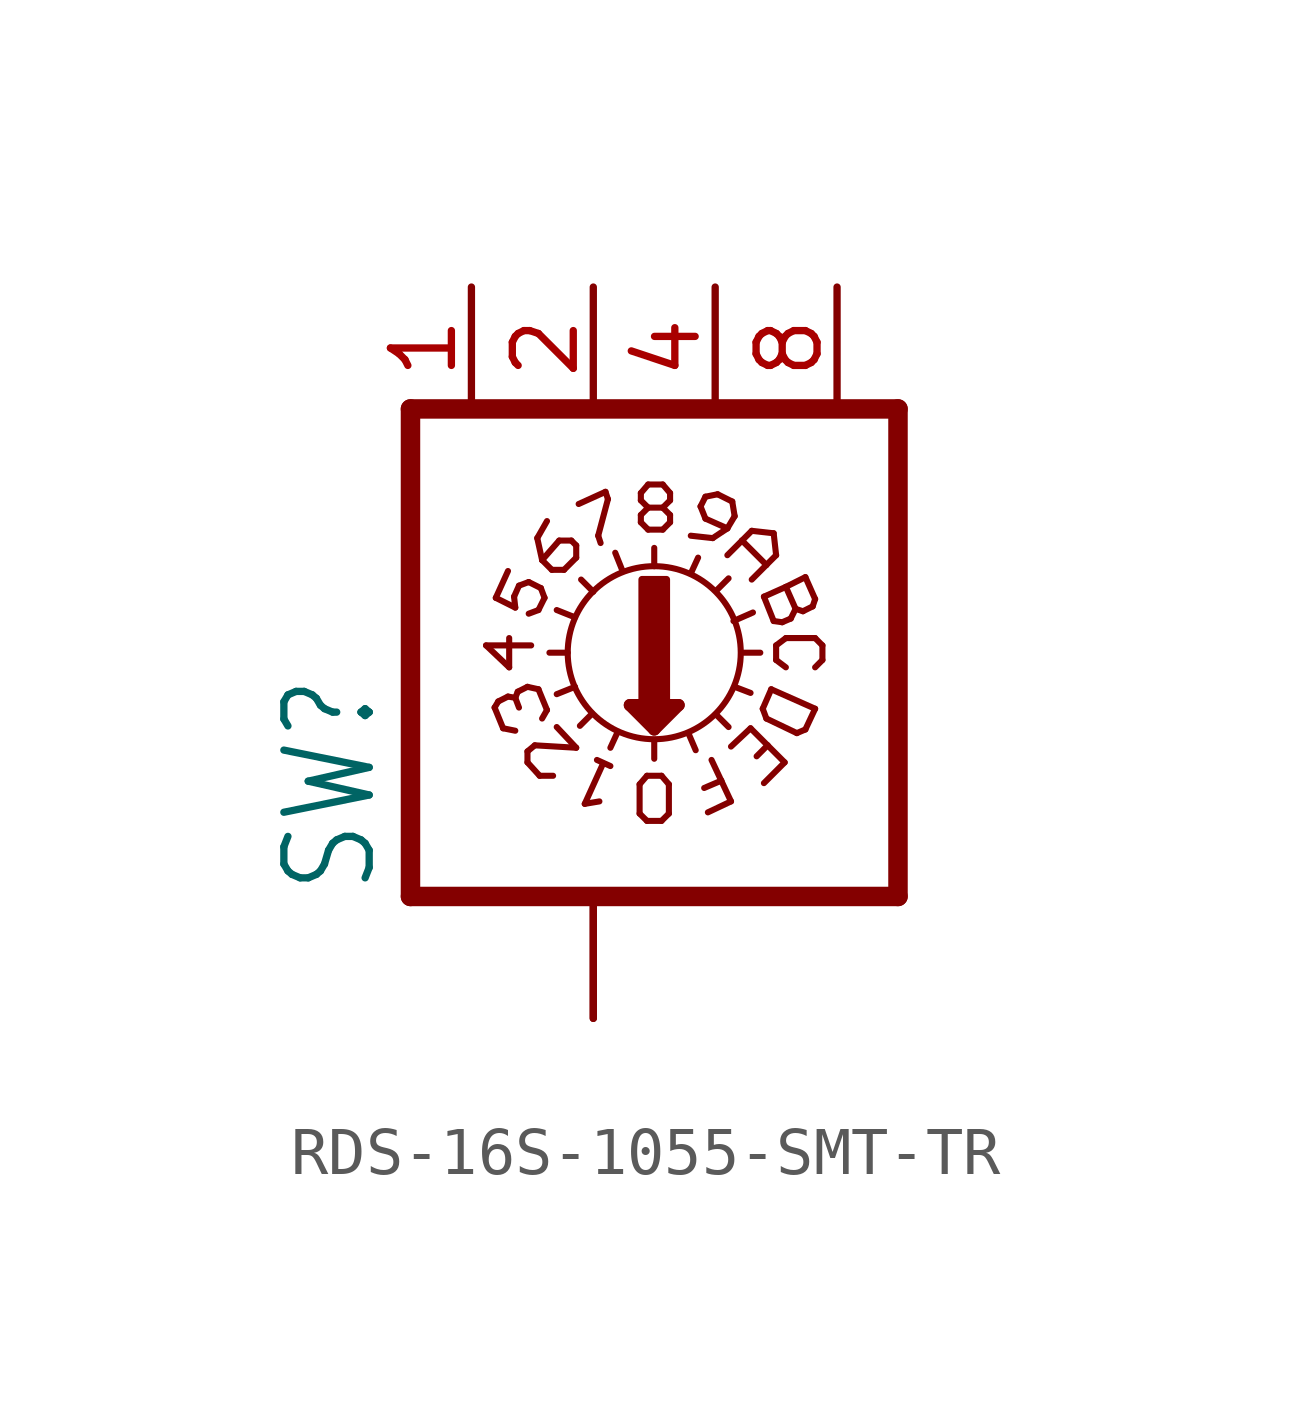
<source format=kicad_sym>
(kicad_symbol_lib
  (version 20220914)
  (generator kicad_symbol_editor)
  (symbol "RDS-16S-1055-SMT-TR"
    (property "Reference" "SW"
      (at -4.445 -5.08 90)
      (effects (font (size 1.778 1.511)) (justify left bottom)))
    (property "Value" ""
      (at 8.89 -5.08 90)
      (effects (font (size 1.778 1.511)) (justify left bottom)))
    (property "ki_locked" ""
      (at 0 0 0)
      (effects (font (size 1.27 1.27))))
    (symbol "RDS-16S-1055-SMT-TR_1_0"
      (polyline (pts (xy -3.81 -5.08) (xy -3.81 5.08)) (stroke (width 0.406) (type solid)) (fill (type none)))
      (polyline (pts (xy -3.81 -5.08) (xy 6.35 -5.08)) (stroke (width 0.406) (type solid)) (fill (type none)))
      (polyline (pts (xy -2.235 0.152) (xy -1.753 -0.305)) (stroke (width 0.127) (type solid)) (fill (type none)))
      (polyline (pts (xy -2.057 -1.143) (xy -1.88 -1.575)) (stroke (width 0.127) (type solid)) (fill (type none)))
      (polyline (pts (xy -2.032 1.143) (xy -1.778 1.702)) (stroke (width 0.127) (type solid)) (fill (type none)))
      (polyline (pts (xy -2.032 1.143) (xy -1.626 0.94)) (stroke (width 0.127) (type solid)) (fill (type none)))
      (polyline (pts (xy -1.981 -1.016) (xy -2.057 -1.143)) (stroke (width 0.127) (type solid)) (fill (type none)))
      (polyline (pts (xy -1.778 -0.914) (xy -1.981 -1.016)) (stroke (width 0.127) (type solid)) (fill (type none)))
      (polyline (pts (xy -1.753 -0.305) (xy -1.753 0.305)) (stroke (width 0.127) (type solid)) (fill (type none)))
      (polyline (pts (xy -1.651 1.168) (xy -1.549 1.397)) (stroke (width 0.127) (type solid)) (fill (type none)))
      (polyline (pts (xy -1.626 -1.626) (xy -1.88 -1.575)) (stroke (width 0.127) (type solid)) (fill (type none)))
      (polyline (pts (xy -1.626 -0.94) (xy -1.778 -0.914)) (stroke (width 0.127) (type solid)) (fill (type none)))
      (polyline (pts (xy -1.626 -0.94) (xy -1.549 -1.143)) (stroke (width 0.127) (type solid)) (fill (type none)))
      (polyline (pts (xy -1.626 0.94) (xy -1.651 1.168)) (stroke (width 0.127) (type solid)) (fill (type none)))
      (polyline (pts (xy -1.575 -0.813) (xy -1.626 -0.94)) (stroke (width 0.127) (type solid)) (fill (type none)))
      (polyline (pts (xy -1.549 1.397) (xy -1.346 1.473)) (stroke (width 0.127) (type solid)) (fill (type none)))
      (polyline (pts (xy -1.372 -2.286) (xy -1.372 -2.057)) (stroke (width 0.127) (type solid)) (fill (type none)))
      (polyline (pts (xy -1.372 -2.286) (xy -1.118 -2.565)) (stroke (width 0.127) (type solid)) (fill (type none)))
      (polyline (pts (xy -1.372 -2.057) (xy -1.219 -1.93)) (stroke (width 0.127) (type solid)) (fill (type none)))
      (polyline (pts (xy -1.372 -0.711) (xy -1.575 -0.813)) (stroke (width 0.127) (type solid)) (fill (type none)))
      (polyline (pts (xy -1.346 1.473) (xy -1.092 1.346)) (stroke (width 0.127) (type solid)) (fill (type none)))
      (polyline (pts (xy -1.295 0.152) (xy -2.235 0.152)) (stroke (width 0.127) (type solid)) (fill (type none)))
      (polyline (pts (xy -1.219 -1.93) (xy -0.356 -1.981)) (stroke (width 0.127) (type solid)) (fill (type none)))
      (polyline (pts (xy -1.168 2.388) (xy -0.965 2.743)) (stroke (width 0.127) (type solid)) (fill (type none)))
      (polyline (pts (xy -1.143 -0.762) (xy -1.372 -0.711)) (stroke (width 0.127) (type solid)) (fill (type none)))
      (polyline (pts (xy -1.143 -0.762) (xy -0.965 -1.194)) (stroke (width 0.127) (type solid)) (fill (type none)))
      (polyline (pts (xy -1.143 0.889) (xy -1.346 0.813)) (stroke (width 0.127) (type solid)) (fill (type none)))
      (polyline (pts (xy -1.118 -2.565) (xy -0.838 -2.565)) (stroke (width 0.127) (type solid)) (fill (type none)))
      (polyline (pts (xy -1.092 1.346) (xy -1.016 1.143)) (stroke (width 0.127) (type solid)) (fill (type none)))
      (polyline (pts (xy -1.067 -1.372) (xy -0.965 -1.194)) (stroke (width 0.127) (type solid)) (fill (type none)))
      (polyline (pts (xy -1.067 1.93) (xy -1.168 2.388)) (stroke (width 0.127) (type solid)) (fill (type none)))
      (polyline (pts (xy -1.016 1.143) (xy -1.143 0.889)) (stroke (width 0.127) (type solid)) (fill (type none)))
      (polyline (pts (xy -0.914 0) (xy -0.533 0)) (stroke (width 0.127) (type solid)) (fill (type none)))
      (polyline (pts (xy -0.864 1.727) (xy -1.067 1.93)) (stroke (width 0.127) (type solid)) (fill (type none)))
      (polyline (pts (xy -0.762 -1.549) (xy -0.356 -1.981)) (stroke (width 0.127) (type solid)) (fill (type none)))
      (polyline (pts (xy -0.711 2.337) (xy -1.067 1.93)) (stroke (width 0.127) (type solid)) (fill (type none)))
      (polyline (pts (xy -0.61 1.727) (xy -0.864 1.727)) (stroke (width 0.127) (type solid)) (fill (type none)))
      (polyline (pts (xy -0.61 1.727) (xy -0.356 1.981)) (stroke (width 0.127) (type solid)) (fill (type none)))
      (polyline (pts (xy -0.457 2.337) (xy -0.711 2.337)) (stroke (width 0.127) (type solid)) (fill (type none)))
      (polyline (pts (xy -0.381 -0.711) (xy -0.762 -0.864)) (stroke (width 0.127) (type solid)) (fill (type none)))
      (polyline (pts (xy -0.381 0.737) (xy -0.762 0.889)) (stroke (width 0.127) (type solid)) (fill (type none)))
      (polyline (pts (xy -0.356 1.981) (xy -0.356 2.235)) (stroke (width 0.127) (type solid)) (fill (type none)))
      (polyline (pts (xy -0.356 2.235) (xy -0.457 2.337)) (stroke (width 0.127) (type solid)) (fill (type none)))
      (polyline (pts (xy -0.305 3.099) (xy 0.254 3.353)) (stroke (width 0.127) (type solid)) (fill (type none)))
      (polyline (pts (xy -0.178 -3.15) (xy 0.127 -3.099)) (stroke (width 0.127) (type solid)) (fill (type none)))
      (polyline (pts (xy -0.025 -1.27) (xy -0.279 -1.524)) (stroke (width 0.127) (type solid)) (fill (type none)))
      (polyline (pts (xy 0 1.27) (xy -0.254 1.524)) (stroke (width 0.127) (type solid)) (fill (type none)))
      (polyline (pts (xy 0.076 -2.235) (xy 0.356 -2.362)) (stroke (width 0.127) (type solid)) (fill (type none)))
      (polyline (pts (xy 0.102 2.438) (xy 0.152 2.286)) (stroke (width 0.127) (type solid)) (fill (type none)))
      (polyline (pts (xy 0.203 -2.311) (xy -0.178 -3.15)) (stroke (width 0.127) (type solid)) (fill (type none)))
      (polyline (pts (xy 0.254 3.353) (xy 0.305 3.2)) (stroke (width 0.127) (type solid)) (fill (type none)))
      (polyline (pts (xy 0.305 3.2) (xy 0.102 2.438)) (stroke (width 0.127) (type solid)) (fill (type none)))
      (polyline (pts (xy 0.508 -1.651) (xy 0.356 -1.981)) (stroke (width 0.127) (type solid)) (fill (type none)))
      (polyline (pts (xy 0.61 1.702) (xy 0.457 2.083)) (stroke (width 0.127) (type solid)) (fill (type none)))
      (polyline (pts (xy 0.762 -1.092) (xy 1.27 -1.6)) (stroke (width 0.254) (type solid)) (fill (type none)))
      (polyline (pts (xy 0.965 -3.353) (xy 1.118 -3.505)) (stroke (width 0.127) (type solid)) (fill (type none)))
      (polyline (pts (xy 0.965 -2.743) (xy 0.965 -3.353)) (stroke (width 0.127) (type solid)) (fill (type none)))
      (polyline (pts (xy 0.991 2.718) (xy 1.143 2.565)) (stroke (width 0.127) (type solid)) (fill (type none)))
      (polyline (pts (xy 0.991 2.87) (xy 0.991 2.718)) (stroke (width 0.127) (type solid)) (fill (type none)))
      (polyline (pts (xy 0.991 3.175) (xy 1.143 3.023)) (stroke (width 0.127) (type solid)) (fill (type none)))
      (polyline (pts (xy 0.991 3.327) (xy 0.991 3.175)) (stroke (width 0.127) (type solid)) (fill (type none)))
      (polyline (pts (xy 1.016 -1.219) (xy 1.524 -1.219)) (stroke (width 0.254) (type solid)) (fill (type none)))
      (polyline (pts (xy 1.118 -3.505) (xy 1.422 -3.505)) (stroke (width 0.127) (type solid)) (fill (type none)))
      (polyline (pts (xy 1.118 -2.565) (xy 0.965 -2.743)) (stroke (width 0.127) (type solid)) (fill (type none)))
      (polyline (pts (xy 1.143 2.565) (xy 1.448 2.565)) (stroke (width 0.127) (type solid)) (fill (type none)))
      (polyline (pts (xy 1.143 3.023) (xy 0.991 2.87)) (stroke (width 0.127) (type solid)) (fill (type none)))
      (polyline (pts (xy 1.143 3.023) (xy 1.448 3.023)) (stroke (width 0.127) (type solid)) (fill (type none)))
      (polyline (pts (xy 1.143 3.505) (xy 0.991 3.327)) (stroke (width 0.127) (type solid)) (fill (type none)))
      (polyline (pts (xy 1.27 -1.829) (xy 1.27 -2.21)) (stroke (width 0.127) (type solid)) (fill (type none)))
      (polyline (pts (xy 1.27 -1.6) (xy 1.778 -1.092)) (stroke (width 0.254) (type solid)) (fill (type none)))
      (polyline (pts (xy 1.27 -1.473) (xy 1.27 -1.346)) (stroke (width 0.254) (type solid)) (fill (type none)))
      (polyline (pts (xy 1.27 1.803) (xy 1.27 2.184)) (stroke (width 0.127) (type solid)) (fill (type none)))
      (polyline (pts (xy 1.422 -3.505) (xy 1.575 -3.353)) (stroke (width 0.127) (type solid)) (fill (type none)))
      (polyline (pts (xy 1.422 -2.565) (xy 1.118 -2.565)) (stroke (width 0.127) (type solid)) (fill (type none)))
      (polyline (pts (xy 1.448 2.565) (xy 1.6 2.718)) (stroke (width 0.127) (type solid)) (fill (type none)))
      (polyline (pts (xy 1.448 3.023) (xy 1.6 3.175)) (stroke (width 0.127) (type solid)) (fill (type none)))
      (polyline (pts (xy 1.448 3.505) (xy 1.143 3.505)) (stroke (width 0.127) (type solid)) (fill (type none)))
      (polyline (pts (xy 1.575 -3.353) (xy 1.575 -2.743)) (stroke (width 0.127) (type solid)) (fill (type none)))
      (polyline (pts (xy 1.575 -2.743) (xy 1.422 -2.565)) (stroke (width 0.127) (type solid)) (fill (type none)))
      (polyline (pts (xy 1.6 2.718) (xy 1.6 2.87)) (stroke (width 0.127) (type solid)) (fill (type none)))
      (polyline (pts (xy 1.6 2.87) (xy 1.448 3.023)) (stroke (width 0.127) (type solid)) (fill (type none)))
      (polyline (pts (xy 1.6 3.175) (xy 1.6 3.327)) (stroke (width 0.127) (type solid)) (fill (type none)))
      (polyline (pts (xy 1.6 3.327) (xy 1.448 3.505)) (stroke (width 0.127) (type solid)) (fill (type none)))
      (polyline (pts (xy 1.778 -1.092) (xy 0.762 -1.092)) (stroke (width 0.254) (type solid)) (fill (type none)))
      (polyline (pts (xy 1.981 -1.676) (xy 2.134 -2.032)) (stroke (width 0.127) (type solid)) (fill (type none)))
      (polyline (pts (xy 2.032 1.651) (xy 2.184 1.981)) (stroke (width 0.127) (type solid)) (fill (type none)))
      (polyline (pts (xy 2.235 3.048) (xy 2.337 2.794)) (stroke (width 0.127) (type solid)) (fill (type none)))
      (polyline (pts (xy 2.337 2.794) (xy 2.794 2.591)) (stroke (width 0.127) (type solid)) (fill (type none)))
      (polyline (pts (xy 2.337 3.251) (xy 2.235 3.048)) (stroke (width 0.127) (type solid)) (fill (type none)))
      (polyline (pts (xy 2.388 -3.327) (xy 2.87 -3.099)) (stroke (width 0.127) (type solid)) (fill (type none)))
      (polyline (pts (xy 2.489 2.388) (xy 2.032 2.438)) (stroke (width 0.127) (type solid)) (fill (type none)))
      (polyline (pts (xy 2.565 -1.295) (xy 2.819 -1.549)) (stroke (width 0.127) (type solid)) (fill (type none)))
      (polyline (pts (xy 2.565 1.295) (xy 2.819 1.549)) (stroke (width 0.127) (type solid)) (fill (type none)))
      (polyline (pts (xy 2.591 3.302) (xy 2.337 3.251)) (stroke (width 0.127) (type solid)) (fill (type none)))
      (polyline (pts (xy 2.667 -2.667) (xy 2.311 -2.819)) (stroke (width 0.127) (type solid)) (fill (type none)))
      (polyline (pts (xy 2.667 -2.667) (xy 2.464 -2.235)) (stroke (width 0.127) (type solid)) (fill (type none)))
      (polyline (pts (xy 2.794 2.032) (xy 3.099 2.337)) (stroke (width 0.127) (type solid)) (fill (type none)))
      (polyline (pts (xy 2.794 2.591) (xy 2.489 2.388)) (stroke (width 0.127) (type solid)) (fill (type none)))
      (polyline (pts (xy 2.87 -3.099) (xy 2.667 -2.667)) (stroke (width 0.127) (type solid)) (fill (type none)))
      (polyline (pts (xy 2.896 3.15) (xy 2.591 3.302)) (stroke (width 0.127) (type solid)) (fill (type none)))
      (polyline (pts (xy 2.896 3.15) (xy 2.946 2.845)) (stroke (width 0.127) (type solid)) (fill (type none)))
      (polyline (pts (xy 2.921 0.66) (xy 3.327 0.838)) (stroke (width 0.127) (type solid)) (fill (type none)))
      (polyline (pts (xy 2.946 -0.711) (xy 3.277 -0.838)) (stroke (width 0.127) (type solid)) (fill (type none)))
      (polyline (pts (xy 2.946 2.845) (xy 2.794 2.591)) (stroke (width 0.127) (type solid)) (fill (type none)))
      (polyline (pts (xy 3.099 0) (xy 3.48 0)) (stroke (width 0.127) (type solid)) (fill (type none)))
      (polyline (pts (xy 3.099 2.337) (xy 3.302 2.54)) (stroke (width 0.127) (type solid)) (fill (type none)))
      (polyline (pts (xy 3.099 2.337) (xy 3.607 1.829)) (stroke (width 0.127) (type solid)) (fill (type none)))
      (polyline (pts (xy 3.277 -1.575) (xy 2.87 -1.956)) (stroke (width 0.127) (type solid)) (fill (type none)))
      (polyline (pts (xy 3.277 -1.575) (xy 3.632 -1.93)) (stroke (width 0.127) (type solid)) (fill (type none)))
      (polyline (pts (xy 3.302 2.54) (xy 3.759 2.489)) (stroke (width 0.127) (type solid)) (fill (type none)))
      (polyline (pts (xy 3.531 -1.168) (xy 3.607 -1.372)) (stroke (width 0.127) (type solid)) (fill (type none)))
      (polyline (pts (xy 3.556 1.168) (xy 4.013 1.372)) (stroke (width 0.127) (type solid)) (fill (type none)))
      (polyline (pts (xy 3.607 -1.372) (xy 4.242 -1.676)) (stroke (width 0.127) (type solid)) (fill (type none)))
      (polyline (pts (xy 3.607 1.829) (xy 3.302 1.524)) (stroke (width 0.127) (type solid)) (fill (type none)))
      (polyline (pts (xy 3.632 -1.93) (xy 3.404 -2.159)) (stroke (width 0.127) (type solid)) (fill (type none)))
      (polyline (pts (xy 3.632 -1.93) (xy 3.988 -2.286)) (stroke (width 0.127) (type solid)) (fill (type none)))
      (polyline (pts (xy 3.708 -0.762) (xy 3.531 -1.168)) (stroke (width 0.127) (type solid)) (fill (type none)))
      (polyline (pts (xy 3.759 0.66) (xy 3.556 1.168)) (stroke (width 0.127) (type solid)) (fill (type none)))
      (polyline (pts (xy 3.759 2.489) (xy 3.81 2.032)) (stroke (width 0.127) (type solid)) (fill (type none)))
      (polyline (pts (xy 3.81 -0.152) (xy 4.013 -0.305)) (stroke (width 0.127) (type solid)) (fill (type none)))
      (polyline (pts (xy 3.81 0.152) (xy 3.81 -0.152)) (stroke (width 0.127) (type solid)) (fill (type none)))
      (polyline (pts (xy 3.81 2.032) (xy 3.607 1.829)) (stroke (width 0.127) (type solid)) (fill (type none)))
      (polyline (pts (xy 3.937 0.635) (xy 3.759 0.66)) (stroke (width 0.127) (type solid)) (fill (type none)))
      (polyline (pts (xy 3.988 -2.286) (xy 3.556 -2.718)) (stroke (width 0.127) (type solid)) (fill (type none)))
      (polyline (pts (xy 4.013 0.305) (xy 3.81 0.152)) (stroke (width 0.127) (type solid)) (fill (type none)))
      (polyline (pts (xy 4.013 0.305) (xy 4.623 0.305)) (stroke (width 0.127) (type solid)) (fill (type none)))
      (polyline (pts (xy 4.013 1.372) (xy 4.42 1.575)) (stroke (width 0.127) (type solid)) (fill (type none)))
      (polyline (pts (xy 4.115 0.711) (xy 3.937 0.635)) (stroke (width 0.127) (type solid)) (fill (type none)))
      (polyline (pts (xy 4.216 0.914) (xy 4.013 1.372)) (stroke (width 0.127) (type solid)) (fill (type none)))
      (polyline (pts (xy 4.216 0.914) (xy 4.115 0.711)) (stroke (width 0.127) (type solid)) (fill (type none)))
      (polyline (pts (xy 4.242 -1.676) (xy 4.42 -1.6)) (stroke (width 0.127) (type solid)) (fill (type none)))
      (polyline (pts (xy 4.369 0.864) (xy 4.216 0.914)) (stroke (width 0.127) (type solid)) (fill (type none)))
      (polyline (pts (xy 4.42 -1.6) (xy 4.623 -1.168)) (stroke (width 0.127) (type solid)) (fill (type none)))
      (polyline (pts (xy 4.42 1.575) (xy 4.623 1.118)) (stroke (width 0.127) (type solid)) (fill (type none)))
      (polyline (pts (xy 4.572 0.965) (xy 4.369 0.864)) (stroke (width 0.127) (type solid)) (fill (type none)))
      (polyline (pts (xy 4.623 -1.168) (xy 3.708 -0.762)) (stroke (width 0.127) (type solid)) (fill (type none)))
      (polyline (pts (xy 4.623 0.305) (xy 4.775 0.152)) (stroke (width 0.127) (type solid)) (fill (type none)))
      (polyline (pts (xy 4.623 1.118) (xy 4.572 0.965)) (stroke (width 0.127) (type solid)) (fill (type none)))
      (polyline (pts (xy 4.775 -0.152) (xy 4.623 -0.305)) (stroke (width 0.127) (type solid)) (fill (type none)))
      (polyline (pts (xy 4.775 0.152) (xy 4.775 -0.152)) (stroke (width 0.127) (type solid)) (fill (type none)))
      (polyline (pts (xy 6.35 -5.08) (xy 6.35 5.08)) (stroke (width 0.406) (type solid)) (fill (type none)))
      (polyline (pts (xy 6.35 5.08) (xy -3.81 5.08)) (stroke (width 0.406) (type solid)) (fill (type none)))
      (rectangle (start 1.016 -1.016) (end 1.524 1.524) (stroke (width 0) (type default)) (fill (type outline)))
      (circle (center 1.27 0) (radius 1.803) (stroke (width 0.127) (type solid)) (fill (type none)))
      (pin passive line (at -2.54 7.62 270) (length 2.54) (name "1" (effects (font (size 0 0)))) (number "1" (effects (font (size 1.27 1.27)))))
      (pin passive line (at 0 7.62 270) (length 2.54) (name "2" (effects (font (size 0 0)))) (number "2" (effects (font (size 1.27 1.27)))))
      (pin passive line (at 2.54 7.62 270) (length 2.54) (name "4" (effects (font (size 0 0)))) (number "4" (effects (font (size 1.27 1.27)))))
      (pin passive line (at 5.08 7.62 270) (length 2.54) (name "8" (effects (font (size 0 0)))) (number "8" (effects (font (size 1.27 1.27)))))
      (pin passive line (at 0 -7.62 90) (length 2.54) (name "C" (effects (font (size 0 0)))) (number "C1" (effects (font (size 0 0)))))
      (pin passive line (at 0 -7.62 90) (length 2.54) (name "C" (effects (font (size 0 0)))) (number "C2" (effects (font (size 0 0))))))))
</source>
